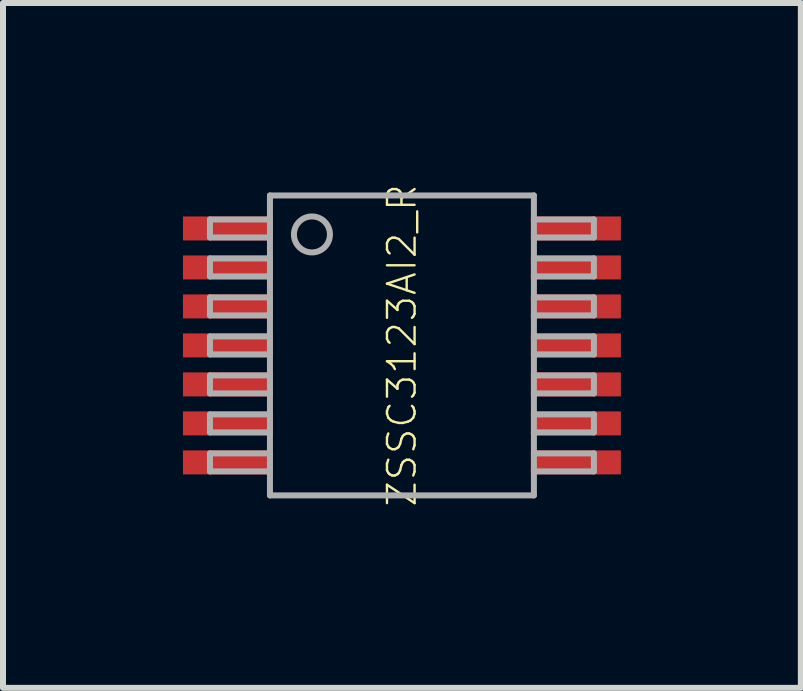
<source format=kicad_pcb>
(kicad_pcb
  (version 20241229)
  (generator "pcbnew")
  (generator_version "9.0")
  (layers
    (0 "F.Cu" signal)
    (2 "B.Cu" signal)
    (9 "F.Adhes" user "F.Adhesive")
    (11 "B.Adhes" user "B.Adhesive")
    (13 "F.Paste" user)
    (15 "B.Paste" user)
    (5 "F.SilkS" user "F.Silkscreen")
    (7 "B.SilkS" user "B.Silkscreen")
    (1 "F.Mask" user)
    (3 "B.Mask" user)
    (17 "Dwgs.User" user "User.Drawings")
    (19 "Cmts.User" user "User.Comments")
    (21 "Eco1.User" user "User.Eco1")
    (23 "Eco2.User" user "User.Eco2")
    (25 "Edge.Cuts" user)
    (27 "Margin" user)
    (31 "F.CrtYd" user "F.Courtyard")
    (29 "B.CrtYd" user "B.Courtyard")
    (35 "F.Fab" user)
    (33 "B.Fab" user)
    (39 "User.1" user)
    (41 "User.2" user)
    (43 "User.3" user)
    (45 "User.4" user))
  (footprint "ZSSC3123AI2_R"
    (layer "F.Cu")
    (at 3.65 2.708)
    (property "Reference" "ZSSC3123AI2_R" (at 0 0 90) (unlocked yes) (layer "F.SilkS") (effects (font (size 0.46 0.46) (thickness 0.04))))
    (fp_line (start -3.2 -2.1) (end -3.2 -1.8) (stroke (width 0.1) (type solid)) (layer "F.Fab"))
    (fp_line (start -3.2 -1.8) (end -2.2 -1.8) (stroke (width 0.1) (type solid)) (layer "F.Fab"))
    (fp_line (start -3.2 -1.45) (end -3.2 -1.15) (stroke (width 0.1) (type solid)) (layer "F.Fab"))
    (fp_line (start -3.2 -1.15) (end -2.2 -1.15) (stroke (width 0.1) (type solid)) (layer "F.Fab"))
    (fp_line (start -3.2 -0.8) (end -3.2 -0.5) (stroke (width 0.1) (type solid)) (layer "F.Fab"))
    (fp_line (start -3.2 -0.5) (end -2.2 -0.5) (stroke (width 0.1) (type solid)) (layer "F.Fab"))
    (fp_line (start -3.2 -0.15) (end -3.2 0.15) (stroke (width 0.1) (type solid)) (layer "F.Fab"))
    (fp_line (start -3.2 0.15) (end -2.2 0.15) (stroke (width 0.1) (type solid)) (layer "F.Fab"))
    (fp_line (start -3.2 0.5) (end -3.2 0.8) (stroke (width 0.1) (type solid)) (layer "F.Fab"))
    (fp_line (start -3.2 0.8) (end -2.2 0.8) (stroke (width 0.1) (type solid)) (layer "F.Fab"))
    (fp_line (start -3.2 1.15) (end -3.2 1.45) (stroke (width 0.1) (type solid)) (layer "F.Fab"))
    (fp_line (start -3.2 1.45) (end -2.2 1.45) (stroke (width 0.1) (type solid)) (layer "F.Fab"))
    (fp_line (start -3.2 1.8) (end -3.2 2.1) (stroke (width 0.1) (type solid)) (layer "F.Fab"))
    (fp_line (start -3.2 2.1) (end -2.2 2.1) (stroke (width 0.1) (type solid)) (layer "F.Fab"))
    (fp_line (start -2.2 -2.5) (end 2.2 -2.5) (stroke (width 0.1) (type solid)) (layer "F.Fab"))
    (fp_line (start -2.2 -2.1) (end -3.2 -2.1) (stroke (width 0.1) (type solid)) (layer "F.Fab"))
    (fp_line (start -2.2 -2.1) (end -2.2 -2.5) (stroke (width 0.1) (type solid)) (layer "F.Fab"))
    (fp_line (start -2.2 -1.8) (end -2.2 -2.1) (stroke (width 0.1) (type solid)) (layer "F.Fab"))
    (fp_line (start -2.2 -1.45) (end -3.2 -1.45) (stroke (width 0.1) (type solid)) (layer "F.Fab"))
    (fp_line (start -2.2 -1.45) (end -2.2 -1.8) (stroke (width 0.1) (type solid)) (layer "F.Fab"))
    (fp_line (start -2.2 -1.15) (end -2.2 -1.45) (stroke (width 0.1) (type solid)) (layer "F.Fab"))
    (fp_line (start -2.2 -0.8) (end -3.2 -0.8) (stroke (width 0.1) (type solid)) (layer "F.Fab"))
    (fp_line (start -2.2 -0.8) (end -2.2 -1.15) (stroke (width 0.1) (type solid)) (layer "F.Fab"))
    (fp_line (start -2.2 -0.5) (end -2.2 -0.8) (stroke (width 0.1) (type solid)) (layer "F.Fab"))
    (fp_line (start -2.2 -0.15) (end -3.2 -0.15) (stroke (width 0.1) (type solid)) (layer "F.Fab"))
    (fp_line (start -2.2 -0.15) (end -2.2 -0.5) (stroke (width 0.1) (type solid)) (layer "F.Fab"))
    (fp_line (start -2.2 0.15) (end -2.2 -0.15) (stroke (width 0.1) (type solid)) (layer "F.Fab"))
    (fp_line (start -2.2 0.5) (end -3.2 0.5) (stroke (width 0.1) (type solid)) (layer "F.Fab"))
    (fp_line (start -2.2 0.5) (end -2.2 0.15) (stroke (width 0.1) (type solid)) (layer "F.Fab"))
    (fp_line (start -2.2 0.8) (end -2.2 0.5) (stroke (width 0.1) (type solid)) (layer "F.Fab"))
    (fp_line (start -2.2 1.15) (end -3.2 1.15) (stroke (width 0.1) (type solid)) (layer "F.Fab"))
    (fp_line (start -2.2 1.15) (end -2.2 0.8) (stroke (width 0.1) (type solid)) (layer "F.Fab"))
    (fp_line (start -2.2 1.45) (end -2.2 1.15) (stroke (width 0.1) (type solid)) (layer "F.Fab"))
    (fp_line (start -2.2 1.8) (end -3.2 1.8) (stroke (width 0.1) (type solid)) (layer "F.Fab"))
    (fp_line (start -2.2 1.8) (end -2.2 1.45) (stroke (width 0.1) (type solid)) (layer "F.Fab"))
    (fp_line (start -2.2 2.1) (end -2.2 1.8) (stroke (width 0.1) (type solid)) (layer "F.Fab"))
    (fp_line (start -2.2 2.5) (end -2.2 2.1) (stroke (width 0.1) (type solid)) (layer "F.Fab"))
    (fp_line (start 2.2 -2.5) (end 2.2 -2.1) (stroke (width 0.1) (type solid)) (layer "F.Fab"))
    (fp_line (start 2.2 -2.1) (end 2.2 -1.8) (stroke (width 0.1) (type solid)) (layer "F.Fab"))
    (fp_line (start 2.2 -1.8) (end 2.2 -1.45) (stroke (width 0.1) (type solid)) (layer "F.Fab"))
    (fp_line (start 2.2 -1.8) (end 3.2 -1.8) (stroke (width 0.1) (type solid)) (layer "F.Fab"))
    (fp_line (start 2.2 -1.45) (end 2.2 -1.15) (stroke (width 0.1) (type solid)) (layer "F.Fab"))
    (fp_line (start 2.2 -1.15) (end 2.2 -0.8) (stroke (width 0.1) (type solid)) (layer "F.Fab"))
    (fp_line (start 2.2 -1.15) (end 3.2 -1.15) (stroke (width 0.1) (type solid)) (layer "F.Fab"))
    (fp_line (start 2.2 -0.8) (end 2.2 -0.5) (stroke (width 0.1) (type solid)) (layer "F.Fab"))
    (fp_line (start 2.2 -0.5) (end 2.2 -0.15) (stroke (width 0.1) (type solid)) (layer "F.Fab"))
    (fp_line (start 2.2 -0.5) (end 3.2 -0.5) (stroke (width 0.1) (type solid)) (layer "F.Fab"))
    (fp_line (start 2.2 -0.15) (end 2.2 0.15) (stroke (width 0.1) (type solid)) (layer "F.Fab"))
    (fp_line (start 2.2 0.15) (end 2.2 0.5) (stroke (width 0.1) (type solid)) (layer "F.Fab"))
    (fp_line (start 2.2 0.15) (end 3.2 0.15) (stroke (width 0.1) (type solid)) (layer "F.Fab"))
    (fp_line (start 2.2 0.5) (end 2.2 0.8) (stroke (width 0.1) (type solid)) (layer "F.Fab"))
    (fp_line (start 2.2 0.8) (end 2.2 1.15) (stroke (width 0.1) (type solid)) (layer "F.Fab"))
    (fp_line (start 2.2 0.8) (end 3.2 0.8) (stroke (width 0.1) (type solid)) (layer "F.Fab"))
    (fp_line (start 2.2 1.15) (end 2.2 1.45) (stroke (width 0.1) (type solid)) (layer "F.Fab"))
    (fp_line (start 2.2 1.45) (end 2.2 1.8) (stroke (width 0.1) (type solid)) (layer "F.Fab"))
    (fp_line (start 2.2 1.45) (end 3.2 1.45) (stroke (width 0.1) (type solid)) (layer "F.Fab"))
    (fp_line (start 2.2 1.8) (end 2.2 2.1) (stroke (width 0.1) (type solid)) (layer "F.Fab"))
    (fp_line (start 2.2 2.1) (end 2.2 2.5) (stroke (width 0.1) (type solid)) (layer "F.Fab"))
    (fp_line (start 2.2 2.1) (end 3.2 2.1) (stroke (width 0.1) (type solid)) (layer "F.Fab"))
    (fp_line (start 2.2 2.5) (end -2.2 2.5) (stroke (width 0.1) (type solid)) (layer "F.Fab"))
    (fp_line (start 3.2 -2.1) (end 2.2 -2.1) (stroke (width 0.1) (type solid)) (layer "F.Fab"))
    (fp_line (start 3.2 -1.8) (end 3.2 -2.1) (stroke (width 0.1) (type solid)) (layer "F.Fab"))
    (fp_line (start 3.2 -1.45) (end 2.2 -1.45) (stroke (width 0.1) (type solid)) (layer "F.Fab"))
    (fp_line (start 3.2 -1.15) (end 3.2 -1.45) (stroke (width 0.1) (type solid)) (layer "F.Fab"))
    (fp_line (start 3.2 -0.8) (end 2.2 -0.8) (stroke (width 0.1) (type solid)) (layer "F.Fab"))
    (fp_line (start 3.2 -0.5) (end 3.2 -0.8) (stroke (width 0.1) (type solid)) (layer "F.Fab"))
    (fp_line (start 3.2 -0.15) (end 2.2 -0.15) (stroke (width 0.1) (type solid)) (layer "F.Fab"))
    (fp_line (start 3.2 0.15) (end 3.2 -0.15) (stroke (width 0.1) (type solid)) (layer "F.Fab"))
    (fp_line (start 3.2 0.5) (end 2.2 0.5) (stroke (width 0.1) (type solid)) (layer "F.Fab"))
    (fp_line (start 3.2 0.8) (end 3.2 0.5) (stroke (width 0.1) (type solid)) (layer "F.Fab"))
    (fp_line (start 3.2 1.15) (end 2.2 1.15) (stroke (width 0.1) (type solid)) (layer "F.Fab"))
    (fp_line (start 3.2 1.45) (end 3.2 1.15) (stroke (width 0.1) (type solid)) (layer "F.Fab"))
    (fp_line (start 3.2 1.8) (end 2.2 1.8) (stroke (width 0.1) (type solid)) (layer "F.Fab"))
    (fp_line (start 3.2 2.1) (end 3.2 1.8) (stroke (width 0.1) (type solid)) (layer "F.Fab"))
    (fp_circle (center -1.5 -1.85) (end -1.2 -1.85) (stroke (width 0.1) (type solid)) (fill no) (layer "F.Fab"))
    (pad "1" smd rect (at -2.9 -1.95) (size 1.5 0.4) (layers "F.Cu" "F.Mask" "F.Paste"))
    (pad "2" smd rect (at -2.9 -1.3) (size 1.5 0.4) (layers "F.Cu" "F.Mask" "F.Paste"))
    (pad "3" smd rect (at -2.9 -0.65) (size 1.5 0.4) (layers "F.Cu" "F.Mask" "F.Paste"))
    (pad "4" smd rect (at -2.9 0) (size 1.5 0.4) (layers "F.Cu" "F.Mask" "F.Paste"))
    (pad "5" smd rect (at -2.9 0.65) (size 1.5 0.4) (layers "F.Cu" "F.Mask" "F.Paste"))
    (pad "6" smd rect (at -2.9 1.3) (size 1.5 0.4) (layers "F.Cu" "F.Mask" "F.Paste"))
    (pad "7" smd rect (at -2.9 1.95) (size 1.5 0.4) (layers "F.Cu" "F.Mask" "F.Paste"))
    (pad "8" smd rect (at 2.9 1.95) (size 1.5 0.4) (layers "F.Cu" "F.Mask" "F.Paste"))
    (pad "9" smd rect (at 2.9 1.3) (size 1.5 0.4) (layers "F.Cu" "F.Mask" "F.Paste"))
    (pad "10" smd rect (at 2.9 0.65) (size 1.5 0.4) (layers "F.Cu" "F.Mask" "F.Paste"))
    (pad "11" smd rect (at 2.9 0) (size 1.5 0.4) (layers "F.Cu" "F.Mask" "F.Paste"))
    (pad "12" smd rect (at 2.9 -0.65) (size 1.5 0.4) (layers "F.Cu" "F.Mask" "F.Paste"))
    (pad "13" smd rect (at 2.9 -1.3) (size 1.5 0.4) (layers "F.Cu" "F.Mask" "F.Paste"))
    (pad "14" smd rect (at 2.9 -1.95) (size 1.5 0.4) (layers "F.Cu" "F.Mask" "F.Paste")))
  (gr_rect
    (start -3 -3)
    (end 10.3 8.417)
    (stroke (width 0.1) (type default))
    (fill no)
    (layer "Edge.Cuts")))
</source>
